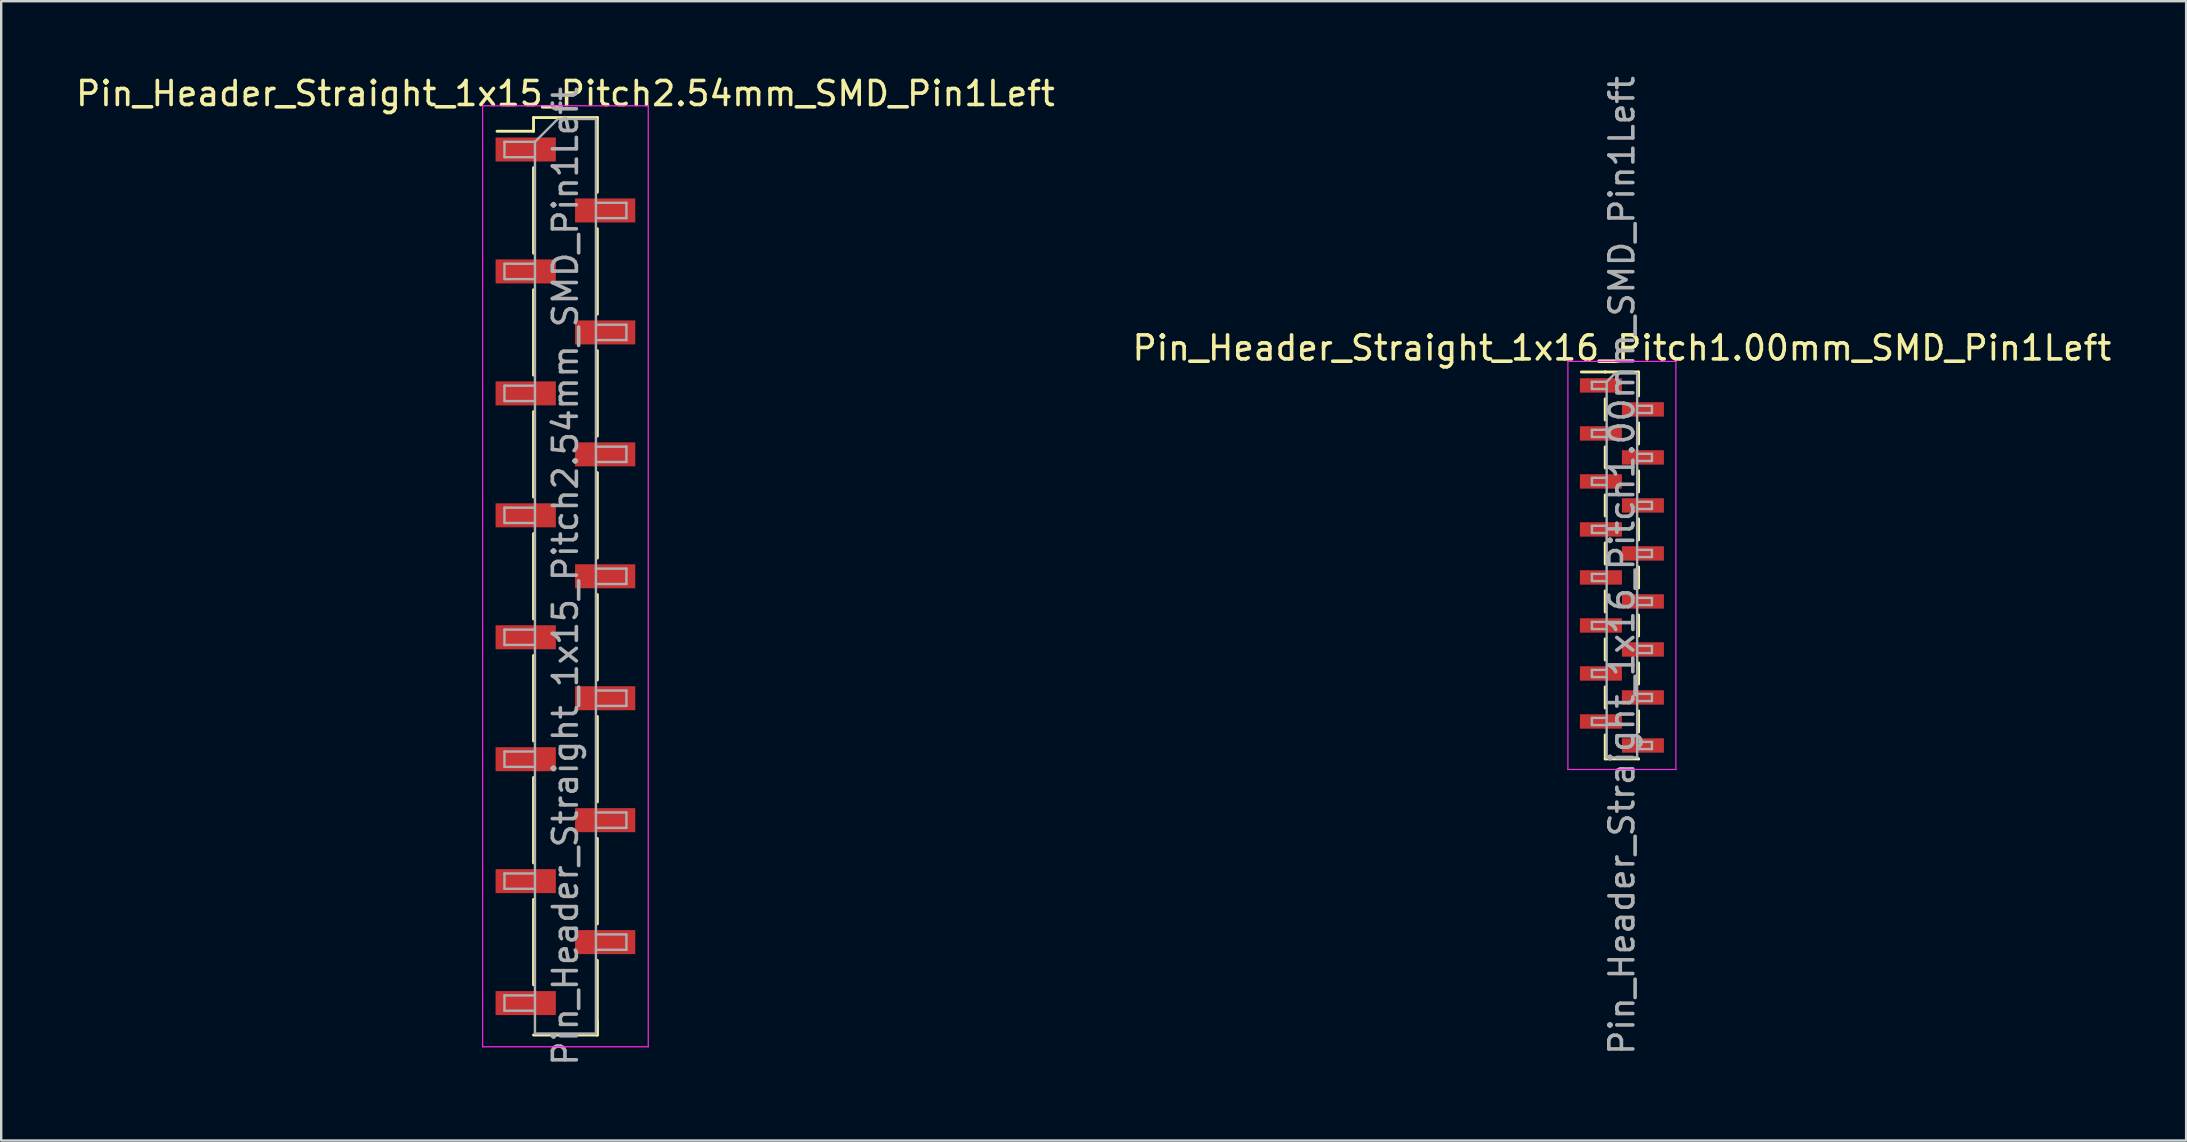
<source format=kicad_pcb>
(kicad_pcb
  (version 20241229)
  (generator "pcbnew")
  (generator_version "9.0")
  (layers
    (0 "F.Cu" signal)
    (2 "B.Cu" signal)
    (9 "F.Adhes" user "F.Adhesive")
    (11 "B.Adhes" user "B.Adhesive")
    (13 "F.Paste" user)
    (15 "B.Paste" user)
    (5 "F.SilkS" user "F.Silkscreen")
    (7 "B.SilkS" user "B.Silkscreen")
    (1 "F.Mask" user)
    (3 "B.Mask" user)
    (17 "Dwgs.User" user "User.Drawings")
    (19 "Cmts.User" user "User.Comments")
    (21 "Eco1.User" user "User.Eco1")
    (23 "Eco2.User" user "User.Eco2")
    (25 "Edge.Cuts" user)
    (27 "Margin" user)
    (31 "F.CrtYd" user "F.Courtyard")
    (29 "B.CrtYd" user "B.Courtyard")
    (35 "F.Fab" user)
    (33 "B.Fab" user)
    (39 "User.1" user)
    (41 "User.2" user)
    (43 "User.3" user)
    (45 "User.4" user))
  (footprint "Pin_Header_Straight_1x16_Pitch1.00mm_SMD_Pin1Left"
    (layer "F.Cu")
    (at 64.518 20.506)
    (property "Reference" "Pin_Header_Straight_1x16_Pitch1.00mm_SMD_Pin1Left" (at 0 -9.06 0) (layer "F.SilkS") (effects (font (size 1 1) (thickness 0.15))))
    (attr smd)
    (fp_line (start -0.695 -8.06) (end -1.69 -8.06) (stroke (width 0.12) (type solid)) (layer "F.SilkS"))
    (fp_line (start -0.695 -8.06) (end -0.695 -8.06) (stroke (width 0.12) (type solid)) (layer "F.SilkS"))
    (fp_line (start -0.695 -8.06) (end 0.695 -8.06) (stroke (width 0.12) (type solid)) (layer "F.SilkS"))
    (fp_line (start -0.695 -6.94) (end -0.695 -6.06) (stroke (width 0.12) (type solid)) (layer "F.SilkS"))
    (fp_line (start -0.695 -4.94) (end -0.695 -4.06) (stroke (width 0.12) (type solid)) (layer "F.SilkS"))
    (fp_line (start -0.695 -2.94) (end -0.695 -2.06) (stroke (width 0.12) (type solid)) (layer "F.SilkS"))
    (fp_line (start -0.695 -0.94) (end -0.695 -0.06) (stroke (width 0.12) (type solid)) (layer "F.SilkS"))
    (fp_line (start -0.695 1.06) (end -0.695 1.94) (stroke (width 0.12) (type solid)) (layer "F.SilkS"))
    (fp_line (start -0.695 3.06) (end -0.695 3.94) (stroke (width 0.12) (type solid)) (layer "F.SilkS"))
    (fp_line (start -0.695 5.06) (end -0.695 5.94) (stroke (width 0.12) (type solid)) (layer "F.SilkS"))
    (fp_line (start -0.695 7.06) (end -0.695 8.06) (stroke (width 0.12) (type solid)) (layer "F.SilkS"))
    (fp_line (start -0.695 8.06) (end 0.695 8.06) (stroke (width 0.12) (type solid)) (layer "F.SilkS"))
    (fp_line (start 0.695 -8.06) (end 0.695 -7.06) (stroke (width 0.12) (type solid)) (layer "F.SilkS"))
    (fp_line (start 0.695 -5.94) (end 0.695 -5.06) (stroke (width 0.12) (type solid)) (layer "F.SilkS"))
    (fp_line (start 0.695 -3.94) (end 0.695 -3.06) (stroke (width 0.12) (type solid)) (layer "F.SilkS"))
    (fp_line (start 0.695 -1.94) (end 0.695 -1.06) (stroke (width 0.12) (type solid)) (layer "F.SilkS"))
    (fp_line (start 0.695 0.06) (end 0.695 0.94) (stroke (width 0.12) (type solid)) (layer "F.SilkS"))
    (fp_line (start 0.695 2.06) (end 0.695 2.94) (stroke (width 0.12) (type solid)) (layer "F.SilkS"))
    (fp_line (start 0.695 4.06) (end 0.695 4.94) (stroke (width 0.12) (type solid)) (layer "F.SilkS"))
    (fp_line (start 0.695 6.06) (end 0.695 6.94) (stroke (width 0.12) (type solid)) (layer "F.SilkS"))
    (fp_line (start 0.695 8.06) (end 0.695 8.06) (stroke (width 0.12) (type solid)) (layer "F.SilkS"))
    (fp_line (start -2.25 -8.5) (end -2.25 8.5) (stroke (width 0.05) (type solid)) (layer "F.CrtYd"))
    (fp_line (start -2.25 8.5) (end 2.25 8.5) (stroke (width 0.05) (type solid)) (layer "F.CrtYd"))
    (fp_line (start 2.25 -8.5) (end -2.25 -8.5) (stroke (width 0.05) (type solid)) (layer "F.CrtYd"))
    (fp_line (start 2.25 8.5) (end 2.25 -8.5) (stroke (width 0.05) (type solid)) (layer "F.CrtYd"))
    (fp_line (start -1.25 -7.65) (end -1.25 -7.35) (stroke (width 0.1) (type solid)) (layer "F.Fab"))
    (fp_line (start -1.25 -7.35) (end -0.635 -7.35) (stroke (width 0.1) (type solid)) (layer "F.Fab"))
    (fp_line (start -1.25 -5.65) (end -1.25 -5.35) (stroke (width 0.1) (type solid)) (layer "F.Fab"))
    (fp_line (start -1.25 -5.35) (end -0.635 -5.35) (stroke (width 0.1) (type solid)) (layer "F.Fab"))
    (fp_line (start -1.25 -3.65) (end -1.25 -3.35) (stroke (width 0.1) (type solid)) (layer "F.Fab"))
    (fp_line (start -1.25 -3.35) (end -0.635 -3.35) (stroke (width 0.1) (type solid)) (layer "F.Fab"))
    (fp_line (start -1.25 -1.65) (end -1.25 -1.35) (stroke (width 0.1) (type solid)) (layer "F.Fab"))
    (fp_line (start -1.25 -1.35) (end -0.635 -1.35) (stroke (width 0.1) (type solid)) (layer "F.Fab"))
    (fp_line (start -1.25 0.35) (end -1.25 0.65) (stroke (width 0.1) (type solid)) (layer "F.Fab"))
    (fp_line (start -1.25 0.65) (end -0.635 0.65) (stroke (width 0.1) (type solid)) (layer "F.Fab"))
    (fp_line (start -1.25 2.35) (end -1.25 2.65) (stroke (width 0.1) (type solid)) (layer "F.Fab"))
    (fp_line (start -1.25 2.65) (end -0.635 2.65) (stroke (width 0.1) (type solid)) (layer "F.Fab"))
    (fp_line (start -1.25 4.35) (end -1.25 4.65) (stroke (width 0.1) (type solid)) (layer "F.Fab"))
    (fp_line (start -1.25 4.65) (end -0.635 4.65) (stroke (width 0.1) (type solid)) (layer "F.Fab"))
    (fp_line (start -1.25 6.35) (end -1.25 6.65) (stroke (width 0.1) (type solid)) (layer "F.Fab"))
    (fp_line (start -1.25 6.65) (end -0.635 6.65) (stroke (width 0.1) (type solid)) (layer "F.Fab"))
    (fp_line (start -0.635 -7.65) (end -1.25 -7.65) (stroke (width 0.1) (type solid)) (layer "F.Fab"))
    (fp_line (start -0.635 -7.65) (end -0.285 -8) (stroke (width 0.1) (type solid)) (layer "F.Fab"))
    (fp_line (start -0.635 -5.65) (end -1.25 -5.65) (stroke (width 0.1) (type solid)) (layer "F.Fab"))
    (fp_line (start -0.635 -3.65) (end -1.25 -3.65) (stroke (width 0.1) (type solid)) (layer "F.Fab"))
    (fp_line (start -0.635 -1.65) (end -1.25 -1.65) (stroke (width 0.1) (type solid)) (layer "F.Fab"))
    (fp_line (start -0.635 0.35) (end -1.25 0.35) (stroke (width 0.1) (type solid)) (layer "F.Fab"))
    (fp_line (start -0.635 2.35) (end -1.25 2.35) (stroke (width 0.1) (type solid)) (layer "F.Fab"))
    (fp_line (start -0.635 4.35) (end -1.25 4.35) (stroke (width 0.1) (type solid)) (layer "F.Fab"))
    (fp_line (start -0.635 6.35) (end -1.25 6.35) (stroke (width 0.1) (type solid)) (layer "F.Fab"))
    (fp_line (start -0.635 8) (end -0.635 -7.65) (stroke (width 0.1) (type solid)) (layer "F.Fab"))
    (fp_line (start -0.285 -8) (end 0.635 -8) (stroke (width 0.1) (type solid)) (layer "F.Fab"))
    (fp_line (start 0.635 -8) (end 0.635 8) (stroke (width 0.1) (type solid)) (layer "F.Fab"))
    (fp_line (start 0.635 -6.65) (end 1.25 -6.65) (stroke (width 0.1) (type solid)) (layer "F.Fab"))
    (fp_line (start 0.635 -4.65) (end 1.25 -4.65) (stroke (width 0.1) (type solid)) (layer "F.Fab"))
    (fp_line (start 0.635 -2.65) (end 1.25 -2.65) (stroke (width 0.1) (type solid)) (layer "F.Fab"))
    (fp_line (start 0.635 -0.65) (end 1.25 -0.65) (stroke (width 0.1) (type solid)) (layer "F.Fab"))
    (fp_line (start 0.635 1.35) (end 1.25 1.35) (stroke (width 0.1) (type solid)) (layer "F.Fab"))
    (fp_line (start 0.635 3.35) (end 1.25 3.35) (stroke (width 0.1) (type solid)) (layer "F.Fab"))
    (fp_line (start 0.635 5.35) (end 1.25 5.35) (stroke (width 0.1) (type solid)) (layer "F.Fab"))
    (fp_line (start 0.635 7.35) (end 1.25 7.35) (stroke (width 0.1) (type solid)) (layer "F.Fab"))
    (fp_line (start 0.635 8) (end -0.635 8) (stroke (width 0.1) (type solid)) (layer "F.Fab"))
    (fp_line (start 1.25 -6.65) (end 1.25 -6.35) (stroke (width 0.1) (type solid)) (layer "F.Fab"))
    (fp_line (start 1.25 -6.35) (end 0.635 -6.35) (stroke (width 0.1) (type solid)) (layer "F.Fab"))
    (fp_line (start 1.25 -4.65) (end 1.25 -4.35) (stroke (width 0.1) (type solid)) (layer "F.Fab"))
    (fp_line (start 1.25 -4.35) (end 0.635 -4.35) (stroke (width 0.1) (type solid)) (layer "F.Fab"))
    (fp_line (start 1.25 -2.65) (end 1.25 -2.35) (stroke (width 0.1) (type solid)) (layer "F.Fab"))
    (fp_line (start 1.25 -2.35) (end 0.635 -2.35) (stroke (width 0.1) (type solid)) (layer "F.Fab"))
    (fp_line (start 1.25 -0.65) (end 1.25 -0.35) (stroke (width 0.1) (type solid)) (layer "F.Fab"))
    (fp_line (start 1.25 -0.35) (end 0.635 -0.35) (stroke (width 0.1) (type solid)) (layer "F.Fab"))
    (fp_line (start 1.25 1.35) (end 1.25 1.65) (stroke (width 0.1) (type solid)) (layer "F.Fab"))
    (fp_line (start 1.25 1.65) (end 0.635 1.65) (stroke (width 0.1) (type solid)) (layer "F.Fab"))
    (fp_line (start 1.25 3.35) (end 1.25 3.65) (stroke (width 0.1) (type solid)) (layer "F.Fab"))
    (fp_line (start 1.25 3.65) (end 0.635 3.65) (stroke (width 0.1) (type solid)) (layer "F.Fab"))
    (fp_line (start 1.25 5.35) (end 1.25 5.65) (stroke (width 0.1) (type solid)) (layer "F.Fab"))
    (fp_line (start 1.25 5.65) (end 0.635 5.65) (stroke (width 0.1) (type solid)) (layer "F.Fab"))
    (fp_line (start 1.25 7.35) (end 1.25 7.65) (stroke (width 0.1) (type solid)) (layer "F.Fab"))
    (fp_line (start 1.25 7.65) (end 0.635 7.65) (stroke (width 0.1) (type solid)) (layer "F.Fab"))
    (fp_text user "${REFERENCE}" (at 0 0 90) (layer "F.Fab") (effects (font (size 1 1) (thickness 0.15))))
    (pad "1" smd rect (at -0.875 -7.5) (size 1.75 0.6) (layers "F.Cu" "F.Mask" "F.Paste"))
    (pad "2" smd rect (at 0.875 -6.5) (size 1.75 0.6) (layers "F.Cu" "F.Mask" "F.Paste"))
    (pad "3" smd rect (at -0.875 -5.5) (size 1.75 0.6) (layers "F.Cu" "F.Mask" "F.Paste"))
    (pad "4" smd rect (at 0.875 -4.5) (size 1.75 0.6) (layers "F.Cu" "F.Mask" "F.Paste"))
    (pad "5" smd rect (at -0.875 -3.5) (size 1.75 0.6) (layers "F.Cu" "F.Mask" "F.Paste"))
    (pad "6" smd rect (at 0.875 -2.5) (size 1.75 0.6) (layers "F.Cu" "F.Mask" "F.Paste"))
    (pad "7" smd rect (at -0.875 -1.5) (size 1.75 0.6) (layers "F.Cu" "F.Mask" "F.Paste"))
    (pad "8" smd rect (at 0.875 -0.5) (size 1.75 0.6) (layers "F.Cu" "F.Mask" "F.Paste"))
    (pad "9" smd rect (at -0.875 0.5) (size 1.75 0.6) (layers "F.Cu" "F.Mask" "F.Paste"))
    (pad "10" smd rect (at 0.875 1.5) (size 1.75 0.6) (layers "F.Cu" "F.Mask" "F.Paste"))
    (pad "11" smd rect (at -0.875 2.5) (size 1.75 0.6) (layers "F.Cu" "F.Mask" "F.Paste"))
    (pad "12" smd rect (at 0.875 3.5) (size 1.75 0.6) (layers "F.Cu" "F.Mask" "F.Paste"))
    (pad "13" smd rect (at -0.875 4.5) (size 1.75 0.6) (layers "F.Cu" "F.Mask" "F.Paste"))
    (pad "14" smd rect (at 0.875 5.5) (size 1.75 0.6) (layers "F.Cu" "F.Mask" "F.Paste"))
    (pad "15" smd rect (at -0.875 6.5) (size 1.75 0.6) (layers "F.Cu" "F.Mask" "F.Paste"))
    (pad "16" smd rect (at 0.875 7.5) (size 1.75 0.6) (layers "F.Cu" "F.Mask" "F.Paste")))
  (footprint "Pin_Header_Straight_1x15_Pitch2.54mm_SMD_Pin1Left"
    (layer "F.Cu")
    (at 20.506 20.958)
    (property "Reference" "Pin_Header_Straight_1x15_Pitch2.54mm_SMD_Pin1Left" (at 0 -20.11 0) (layer "F.SilkS") (effects (font (size 1 1) (thickness 0.15))))
    (attr smd)
    (fp_line (start -1.33 -19.11) (end -1.33 -18.54) (stroke (width 0.12) (type solid)) (layer "F.SilkS"))
    (fp_line (start -1.33 -19.11) (end 1.33 -19.11) (stroke (width 0.12) (type solid)) (layer "F.SilkS"))
    (fp_line (start -1.33 -18.54) (end -2.85 -18.54) (stroke (width 0.12) (type solid)) (layer "F.SilkS"))
    (fp_line (start -1.33 -17.02) (end -1.33 -13.46) (stroke (width 0.12) (type solid)) (layer "F.SilkS"))
    (fp_line (start -1.33 -11.94) (end -1.33 -8.38) (stroke (width 0.12) (type solid)) (layer "F.SilkS"))
    (fp_line (start -1.33 -6.86) (end -1.33 -3.3) (stroke (width 0.12) (type solid)) (layer "F.SilkS"))
    (fp_line (start -1.33 -1.78) (end -1.33 1.78) (stroke (width 0.12) (type solid)) (layer "F.SilkS"))
    (fp_line (start -1.33 3.3) (end -1.33 6.86) (stroke (width 0.12) (type solid)) (layer "F.SilkS"))
    (fp_line (start -1.33 8.38) (end -1.33 11.94) (stroke (width 0.12) (type solid)) (layer "F.SilkS"))
    (fp_line (start -1.33 13.46) (end -1.33 17.02) (stroke (width 0.12) (type solid)) (layer "F.SilkS"))
    (fp_line (start -1.33 19.11) (end 1.33 19.11) (stroke (width 0.12) (type solid)) (layer "F.SilkS"))
    (fp_line (start 1.33 -19.11) (end 1.33 -16) (stroke (width 0.12) (type solid)) (layer "F.SilkS"))
    (fp_line (start 1.33 -14.48) (end 1.33 -10.92) (stroke (width 0.12) (type solid)) (layer "F.SilkS"))
    (fp_line (start 1.33 -9.4) (end 1.33 -5.84) (stroke (width 0.12) (type solid)) (layer "F.SilkS"))
    (fp_line (start 1.33 -4.32) (end 1.33 -0.76) (stroke (width 0.12) (type solid)) (layer "F.SilkS"))
    (fp_line (start 1.33 0.76) (end 1.33 4.32) (stroke (width 0.12) (type solid)) (layer "F.SilkS"))
    (fp_line (start 1.33 5.84) (end 1.33 9.4) (stroke (width 0.12) (type solid)) (layer "F.SilkS"))
    (fp_line (start 1.33 10.92) (end 1.33 14.48) (stroke (width 0.12) (type solid)) (layer "F.SilkS"))
    (fp_line (start 1.33 16) (end 1.33 19.11) (stroke (width 0.12) (type solid)) (layer "F.SilkS"))
    (fp_line (start 1.33 18.54) (end 1.33 19.11) (stroke (width 0.12) (type solid)) (layer "F.SilkS"))
    (fp_line (start -3.45 -19.6) (end -3.45 19.6) (stroke (width 0.05) (type solid)) (layer "F.CrtYd"))
    (fp_line (start -3.45 19.6) (end 3.45 19.6) (stroke (width 0.05) (type solid)) (layer "F.CrtYd"))
    (fp_line (start 3.45 -19.6) (end -3.45 -19.6) (stroke (width 0.05) (type solid)) (layer "F.CrtYd"))
    (fp_line (start 3.45 19.6) (end 3.45 -19.6) (stroke (width 0.05) (type solid)) (layer "F.CrtYd"))
    (fp_line (start -2.54 -18.1) (end -2.54 -17.46) (stroke (width 0.1) (type solid)) (layer "F.Fab"))
    (fp_line (start -2.54 -17.46) (end -1.27 -17.46) (stroke (width 0.1) (type solid)) (layer "F.Fab"))
    (fp_line (start -2.54 -13.02) (end -2.54 -12.38) (stroke (width 0.1) (type solid)) (layer "F.Fab"))
    (fp_line (start -2.54 -12.38) (end -1.27 -12.38) (stroke (width 0.1) (type solid)) (layer "F.Fab"))
    (fp_line (start -2.54 -7.94) (end -2.54 -7.3) (stroke (width 0.1) (type solid)) (layer "F.Fab"))
    (fp_line (start -2.54 -7.3) (end -1.27 -7.3) (stroke (width 0.1) (type solid)) (layer "F.Fab"))
    (fp_line (start -2.54 -2.86) (end -2.54 -2.22) (stroke (width 0.1) (type solid)) (layer "F.Fab"))
    (fp_line (start -2.54 -2.22) (end -1.27 -2.22) (stroke (width 0.1) (type solid)) (layer "F.Fab"))
    (fp_line (start -2.54 2.22) (end -2.54 2.86) (stroke (width 0.1) (type solid)) (layer "F.Fab"))
    (fp_line (start -2.54 2.86) (end -1.27 2.86) (stroke (width 0.1) (type solid)) (layer "F.Fab"))
    (fp_line (start -2.54 7.3) (end -2.54 7.94) (stroke (width 0.1) (type solid)) (layer "F.Fab"))
    (fp_line (start -2.54 7.94) (end -1.27 7.94) (stroke (width 0.1) (type solid)) (layer "F.Fab"))
    (fp_line (start -2.54 12.38) (end -2.54 13.02) (stroke (width 0.1) (type solid)) (layer "F.Fab"))
    (fp_line (start -2.54 13.02) (end -1.27 13.02) (stroke (width 0.1) (type solid)) (layer "F.Fab"))
    (fp_line (start -2.54 17.46) (end -2.54 18.1) (stroke (width 0.1) (type solid)) (layer "F.Fab"))
    (fp_line (start -2.54 18.1) (end -1.27 18.1) (stroke (width 0.1) (type solid)) (layer "F.Fab"))
    (fp_line (start -1.27 -18.1) (end -2.54 -18.1) (stroke (width 0.1) (type solid)) (layer "F.Fab"))
    (fp_line (start -1.27 -18.1) (end -0.32 -19.05) (stroke (width 0.1) (type solid)) (layer "F.Fab"))
    (fp_line (start -1.27 -13.02) (end -2.54 -13.02) (stroke (width 0.1) (type solid)) (layer "F.Fab"))
    (fp_line (start -1.27 -7.94) (end -2.54 -7.94) (stroke (width 0.1) (type solid)) (layer "F.Fab"))
    (fp_line (start -1.27 -2.86) (end -2.54 -2.86) (stroke (width 0.1) (type solid)) (layer "F.Fab"))
    (fp_line (start -1.27 2.22) (end -2.54 2.22) (stroke (width 0.1) (type solid)) (layer "F.Fab"))
    (fp_line (start -1.27 7.3) (end -2.54 7.3) (stroke (width 0.1) (type solid)) (layer "F.Fab"))
    (fp_line (start -1.27 12.38) (end -2.54 12.38) (stroke (width 0.1) (type solid)) (layer "F.Fab"))
    (fp_line (start -1.27 17.46) (end -2.54 17.46) (stroke (width 0.1) (type solid)) (layer "F.Fab"))
    (fp_line (start -1.27 19.05) (end -1.27 -18.1) (stroke (width 0.1) (type solid)) (layer "F.Fab"))
    (fp_line (start -0.32 -19.05) (end 1.27 -19.05) (stroke (width 0.1) (type solid)) (layer "F.Fab"))
    (fp_line (start 1.27 -19.05) (end 1.27 19.05) (stroke (width 0.1) (type solid)) (layer "F.Fab"))
    (fp_line (start 1.27 -15.56) (end 2.54 -15.56) (stroke (width 0.1) (type solid)) (layer "F.Fab"))
    (fp_line (start 1.27 -10.48) (end 2.54 -10.48) (stroke (width 0.1) (type solid)) (layer "F.Fab"))
    (fp_line (start 1.27 -5.4) (end 2.54 -5.4) (stroke (width 0.1) (type solid)) (layer "F.Fab"))
    (fp_line (start 1.27 -0.32) (end 2.54 -0.32) (stroke (width 0.1) (type solid)) (layer "F.Fab"))
    (fp_line (start 1.27 4.76) (end 2.54 4.76) (stroke (width 0.1) (type solid)) (layer "F.Fab"))
    (fp_line (start 1.27 9.84) (end 2.54 9.84) (stroke (width 0.1) (type solid)) (layer "F.Fab"))
    (fp_line (start 1.27 14.92) (end 2.54 14.92) (stroke (width 0.1) (type solid)) (layer "F.Fab"))
    (fp_line (start 1.27 19.05) (end -1.27 19.05) (stroke (width 0.1) (type solid)) (layer "F.Fab"))
    (fp_line (start 2.54 -15.56) (end 2.54 -14.92) (stroke (width 0.1) (type solid)) (layer "F.Fab"))
    (fp_line (start 2.54 -14.92) (end 1.27 -14.92) (stroke (width 0.1) (type solid)) (layer "F.Fab"))
    (fp_line (start 2.54 -10.48) (end 2.54 -9.84) (stroke (width 0.1) (type solid)) (layer "F.Fab"))
    (fp_line (start 2.54 -9.84) (end 1.27 -9.84) (stroke (width 0.1) (type solid)) (layer "F.Fab"))
    (fp_line (start 2.54 -5.4) (end 2.54 -4.76) (stroke (width 0.1) (type solid)) (layer "F.Fab"))
    (fp_line (start 2.54 -4.76) (end 1.27 -4.76) (stroke (width 0.1) (type solid)) (layer "F.Fab"))
    (fp_line (start 2.54 -0.32) (end 2.54 0.32) (stroke (width 0.1) (type solid)) (layer "F.Fab"))
    (fp_line (start 2.54 0.32) (end 1.27 0.32) (stroke (width 0.1) (type solid)) (layer "F.Fab"))
    (fp_line (start 2.54 4.76) (end 2.54 5.4) (stroke (width 0.1) (type solid)) (layer "F.Fab"))
    (fp_line (start 2.54 5.4) (end 1.27 5.4) (stroke (width 0.1) (type solid)) (layer "F.Fab"))
    (fp_line (start 2.54 9.84) (end 2.54 10.48) (stroke (width 0.1) (type solid)) (layer "F.Fab"))
    (fp_line (start 2.54 10.48) (end 1.27 10.48) (stroke (width 0.1) (type solid)) (layer "F.Fab"))
    (fp_line (start 2.54 14.92) (end 2.54 15.56) (stroke (width 0.1) (type solid)) (layer "F.Fab"))
    (fp_line (start 2.54 15.56) (end 1.27 15.56) (stroke (width 0.1) (type solid)) (layer "F.Fab"))
    (fp_text user "${REFERENCE}" (at 0 0 90) (layer "F.Fab") (effects (font (size 1 1) (thickness 0.15))))
    (pad "1" smd rect (at -1.655 -17.78) (size 2.51 1) (layers "F.Cu" "F.Mask" "F.Paste"))
    (pad "2" smd rect (at 1.655 -15.24) (size 2.51 1) (layers "F.Cu" "F.Mask" "F.Paste"))
    (pad "3" smd rect (at -1.655 -12.7) (size 2.51 1) (layers "F.Cu" "F.Mask" "F.Paste"))
    (pad "4" smd rect (at 1.655 -10.16) (size 2.51 1) (layers "F.Cu" "F.Mask" "F.Paste"))
    (pad "5" smd rect (at -1.655 -7.62) (size 2.51 1) (layers "F.Cu" "F.Mask" "F.Paste"))
    (pad "6" smd rect (at 1.655 -5.08) (size 2.51 1) (layers "F.Cu" "F.Mask" "F.Paste"))
    (pad "7" smd rect (at -1.655 -2.54) (size 2.51 1) (layers "F.Cu" "F.Mask" "F.Paste"))
    (pad "8" smd rect (at 1.655 0) (size 2.51 1) (layers "F.Cu" "F.Mask" "F.Paste"))
    (pad "9" smd rect (at -1.655 2.54) (size 2.51 1) (layers "F.Cu" "F.Mask" "F.Paste"))
    (pad "10" smd rect (at 1.655 5.08) (size 2.51 1) (layers "F.Cu" "F.Mask" "F.Paste"))
    (pad "11" smd rect (at -1.655 7.62) (size 2.51 1) (layers "F.Cu" "F.Mask" "F.Paste"))
    (pad "12" smd rect (at 1.655 10.16) (size 2.51 1) (layers "F.Cu" "F.Mask" "F.Paste"))
    (pad "13" smd rect (at -1.655 12.7) (size 2.51 1) (layers "F.Cu" "F.Mask" "F.Paste"))
    (pad "14" smd rect (at 1.655 15.24) (size 2.51 1) (layers "F.Cu" "F.Mask" "F.Paste"))
    (pad "15" smd rect (at -1.655 17.78) (size 2.51 1) (layers "F.Cu" "F.Mask" "F.Paste")))
  (gr_rect
    (start -3 -3)
    (end 88.024 44.464)
    (stroke (width 0.1) (type default))
    (fill no)
    (layer "Edge.Cuts")))
</source>
